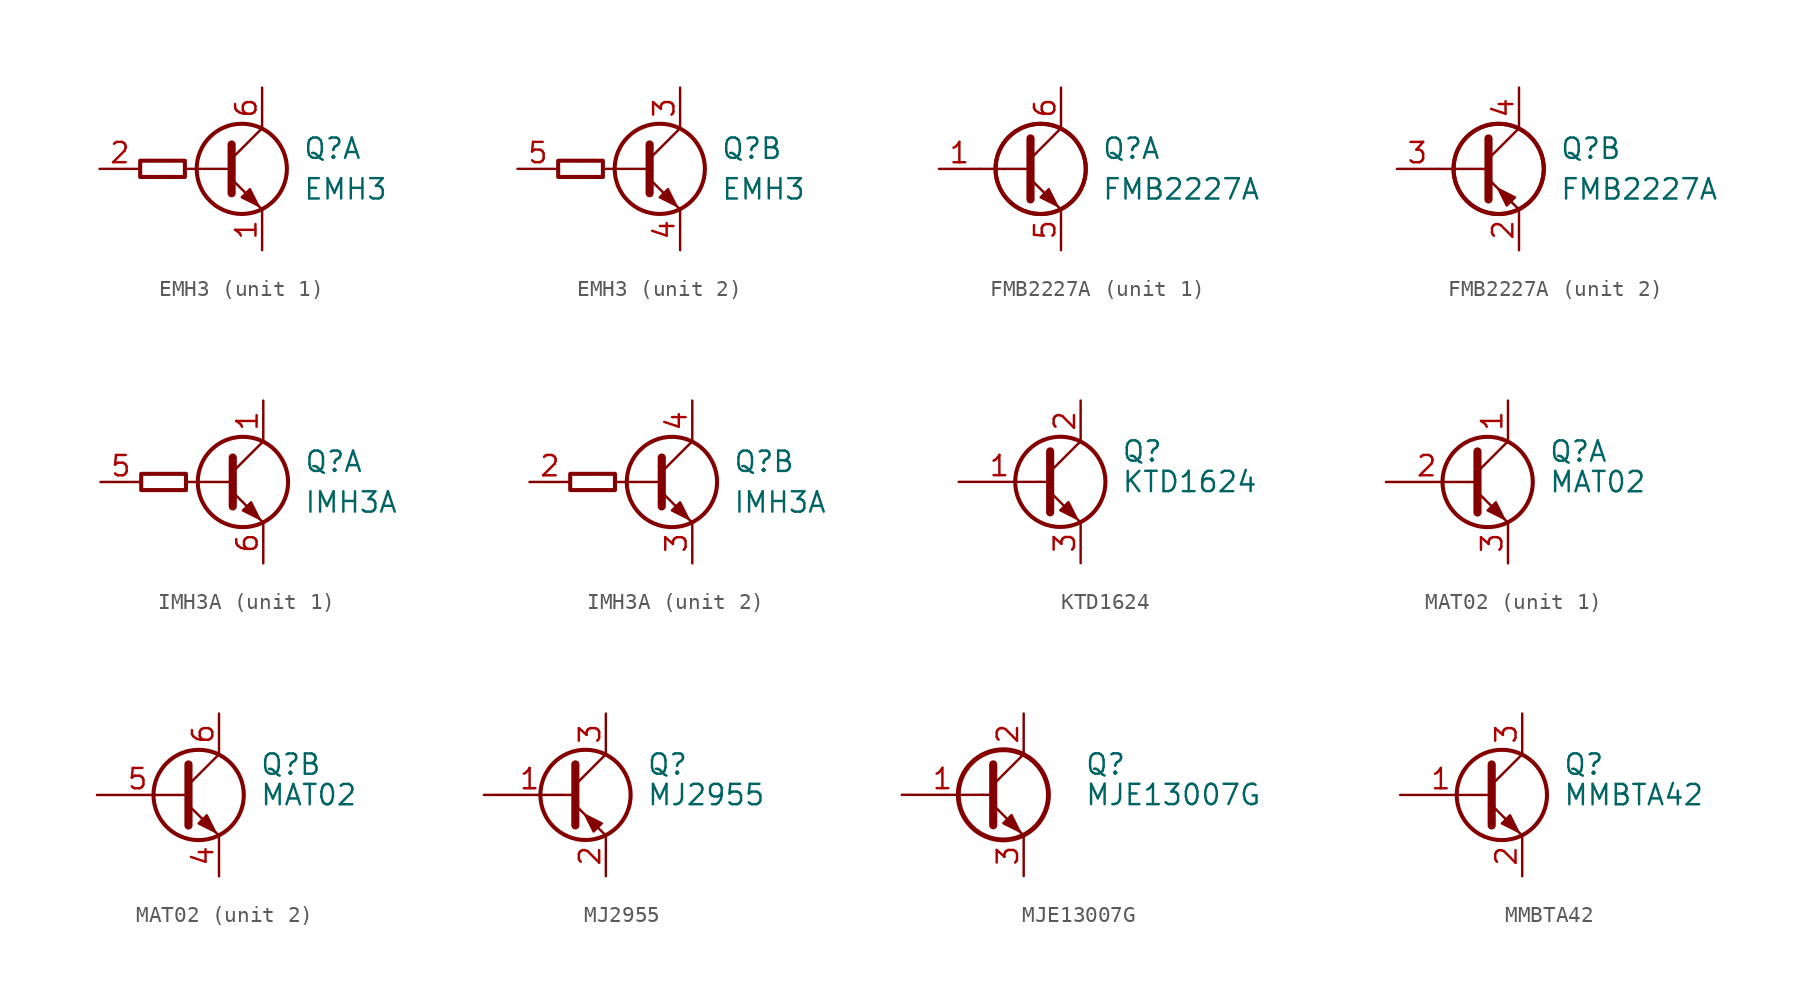
<source format=kicad_sym>
(kicad_symbol_lib
  (version 20241209)
  (generator "kicad_symbol_editor")
  (generator_version "9.0")
  (symbol "EMH3"
    (pin_names
      (hide yes))
    (property "Reference" "Q"
      (at 7.62 1.27 0)
      (effects (font (size 1.27 1.27)) (justify left)))
    (property "Value" "EMH3"
      (at 7.62 -1.27 0)
      (effects (font (size 1.27 1.27)) (justify left)))
    (symbol "EMH3_0_1"
      (rectangle (start 0.254 0.508) (end -2.54 -0.508) (stroke (width 0.254) (type default)) (fill (type none)))
      (polyline (pts (xy 3.175 1.524) (xy 3.175 -1.524)) (stroke (width 0.508) (type default)) (fill (type none)))
      (polyline (pts (xy 3.175 0.635) (xy 5.08 2.54)) (stroke (width 0) (type default)) (fill (type none)))
      (polyline (pts (xy 3.175 0) (xy 0.254 0)) (stroke (width 0) (type default)) (fill (type none)))
      (polyline (pts (xy 3.175 -0.635) (xy 5.08 -2.54) (xy 5.08 -2.54)) (stroke (width 0) (type default)) (fill (type none)))
      (circle (center 3.81 0) (radius 2.819) (stroke (width 0.254) (type default)) (fill (type none)))
      (polyline (pts (xy 3.81 -1.778) (xy 4.318 -1.27) (xy 4.826 -2.286) (xy 3.81 -1.778) (xy 3.81 -1.778)) (stroke (width 0) (type default)) (fill (type outline))))
    (symbol "EMH3_1_1"
      (pin input line (at -5.08 0 0) (length 2.54) (name "B1" (effects (font (size 1.27 1.27)))) (number "2" (effects (font (size 1.27 1.27)))))
      (pin passive line (at 5.08 5.08 270) (length 2.54) (name "C1" (effects (font (size 1.27 1.27)))) (number "6" (effects (font (size 1.27 1.27)))))
      (pin passive line (at 5.08 -5.08 90) (length 2.54) (name "E1" (effects (font (size 1.27 1.27)))) (number "1" (effects (font (size 1.27 1.27))))))
    (symbol "EMH3_2_1"
      (pin input line (at -5.08 0 0) (length 2.54) (name "B2" (effects (font (size 1.27 1.27)))) (number "5" (effects (font (size 1.27 1.27)))))
      (pin passive line (at 5.08 5.08 270) (length 2.54) (name "C2" (effects (font (size 1.27 1.27)))) (number "3" (effects (font (size 1.27 1.27)))))
      (pin passive line (at 5.08 -5.08 90) (length 2.54) (name "E2" (effects (font (size 1.27 1.27)))) (number "4" (effects (font (size 1.27 1.27)))))))
  (symbol "FMB2227A"
    (pin_names
      (offset 0)
      (hide yes))
    (property "Reference" "Q"
      (at 5.08 1.27 0)
      (effects (font (size 1.27 1.27)) (justify left)))
    (property "Value" "FMB2227A"
      (at 5.08 -1.27 0)
      (effects (font (size 1.27 1.27)) (justify left)))
    (property "ki_locked" ""
      (at 0 0 0)
      (effects (font (size 1.27 1.27))))
    (symbol "FMB2227A_0_1"
      (polyline (pts (xy 0.635 0) (xy -2.54 0)) (stroke (width 0) (type default)) (fill (type none)))
      (circle (center 1.27 0) (radius 2.819) (stroke (width 0.254) (type default)) (fill (type none)))
      (circle (center 1.27 0) (radius 2.819) (stroke (width 0.254) (type default)) (fill (type none))))
    (symbol "FMB2227A_1_1"
      (polyline (pts (xy 0.635 1.905) (xy 0.635 -1.905) (xy 0.635 -1.905)) (stroke (width 0.508) (type default)) (fill (type none)))
      (polyline (pts (xy 0.635 0.635) (xy 2.54 2.54)) (stroke (width 0) (type default)) (fill (type none)))
      (polyline (pts (xy 0.635 -0.635) (xy 2.54 -2.54) (xy 2.54 -2.54)) (stroke (width 0) (type default)) (fill (type none)))
      (polyline (pts (xy 1.27 -1.778) (xy 1.778 -1.27) (xy 2.286 -2.286) (xy 1.27 -1.778) (xy 1.27 -1.778)) (stroke (width 0) (type default)) (fill (type outline)))
      (pin input line (at -5.08 0 0) (length 2.54) (name "B1" (effects (font (size 1.27 1.27)))) (number "1" (effects (font (size 1.27 1.27)))))
      (pin passive line (at 2.54 5.08 270) (length 2.54) (name "C1" (effects (font (size 1.27 1.27)))) (number "6" (effects (font (size 1.27 1.27)))))
      (pin passive line (at 2.54 -5.08 90) (length 2.54) (name "E1" (effects (font (size 1.27 1.27)))) (number "5" (effects (font (size 1.27 1.27))))))
    (symbol "FMB2227A_2_1"
      (polyline (pts (xy 0.635 1.905) (xy 0.635 -1.905) (xy 0.635 -1.905)) (stroke (width 0.508) (type default)) (fill (type none)))
      (polyline (pts (xy 0.635 0.635) (xy 2.54 2.54)) (stroke (width 0) (type default)) (fill (type none)))
      (polyline (pts (xy 0.635 -0.635) (xy 2.54 -2.54) (xy 2.54 -2.54)) (stroke (width 0) (type default)) (fill (type none)))
      (polyline (pts (xy 2.286 -1.778) (xy 1.778 -2.286) (xy 1.27 -1.27) (xy 2.286 -1.778) (xy 2.286 -1.778)) (stroke (width 0) (type default)) (fill (type outline)))
      (pin input line (at -5.08 0 0) (length 2.54) (name "B2" (effects (font (size 1.27 1.27)))) (number "3" (effects (font (size 1.27 1.27)))))
      (pin passive line (at 2.54 5.08 270) (length 2.54) (name "C2" (effects (font (size 1.27 1.27)))) (number "4" (effects (font (size 1.27 1.27)))))
      (pin passive line (at 2.54 -5.08 90) (length 2.54) (name "E2" (effects (font (size 1.27 1.27)))) (number "2" (effects (font (size 1.27 1.27)))))))
  (symbol "IMH3A"
    (pin_names
      (hide yes))
    (property "Reference" "Q"
      (at 7.62 1.27 0)
      (effects (font (size 1.27 1.27)) (justify left)))
    (property "Value" "IMH3A"
      (at 7.62 -1.27 0)
      (effects (font (size 1.27 1.27)) (justify left)))
    (symbol "IMH3A_0_1"
      (rectangle (start 0.254 0.508) (end -2.54 -0.508) (stroke (width 0.254) (type default)) (fill (type none)))
      (polyline (pts (xy 3.175 1.524) (xy 3.175 -1.524)) (stroke (width 0.508) (type default)) (fill (type none)))
      (polyline (pts (xy 3.175 0.635) (xy 5.08 2.54)) (stroke (width 0) (type default)) (fill (type none)))
      (polyline (pts (xy 3.175 0) (xy 0.254 0)) (stroke (width 0) (type default)) (fill (type none)))
      (polyline (pts (xy 3.175 -0.635) (xy 5.08 -2.54) (xy 5.08 -2.54)) (stroke (width 0) (type default)) (fill (type none)))
      (circle (center 3.81 0) (radius 2.819) (stroke (width 0.254) (type default)) (fill (type none)))
      (polyline (pts (xy 3.81 -1.778) (xy 4.318 -1.27) (xy 4.826 -2.286) (xy 3.81 -1.778) (xy 3.81 -1.778)) (stroke (width 0) (type default)) (fill (type outline))))
    (symbol "IMH3A_1_1"
      (pin input line (at -5.08 0 0) (length 2.54) (name "B1" (effects (font (size 1.27 1.27)))) (number "5" (effects (font (size 1.27 1.27)))))
      (pin passive line (at 5.08 5.08 270) (length 2.54) (name "C1" (effects (font (size 1.27 1.27)))) (number "1" (effects (font (size 1.27 1.27)))))
      (pin passive line (at 5.08 -5.08 90) (length 2.54) (name "E1" (effects (font (size 1.27 1.27)))) (number "6" (effects (font (size 1.27 1.27))))))
    (symbol "IMH3A_2_1"
      (pin input line (at -5.08 0 0) (length 2.54) (name "B2" (effects (font (size 1.27 1.27)))) (number "2" (effects (font (size 1.27 1.27)))))
      (pin passive line (at 5.08 5.08 270) (length 2.54) (name "C2" (effects (font (size 1.27 1.27)))) (number "4" (effects (font (size 1.27 1.27)))))
      (pin passive line (at 5.08 -5.08 90) (length 2.54) (name "E2" (effects (font (size 1.27 1.27)))) (number "3" (effects (font (size 1.27 1.27)))))))
  (symbol "KTD1624"
    (pin_names
      (offset 0)
      (hide yes))
    (property "Reference" "Q"
      (at 5.08 1.905 0)
      (effects (font (size 1.27 1.27)) (justify left)))
    (property "Value" "KTD1624"
      (at 5.08 0 0)
      (effects (font (size 1.27 1.27)) (justify left)))
    (symbol "KTD1624_0_1"
      (polyline (pts (xy 0 0) (xy 0.635 0)) (stroke (width 0) (type default)) (fill (type none)))
      (polyline (pts (xy 0.635 1.905) (xy 0.635 -1.905) (xy 0.635 -1.905)) (stroke (width 0.508) (type default)) (fill (type none)))
      (polyline (pts (xy 0.635 0.635) (xy 2.54 2.54)) (stroke (width 0) (type default)) (fill (type none)))
      (polyline (pts (xy 0.635 -0.635) (xy 2.54 -2.54) (xy 2.54 -2.54)) (stroke (width 0) (type default)) (fill (type none)))
      (circle (center 1.27 0) (radius 2.819) (stroke (width 0.254) (type default)) (fill (type none)))
      (polyline (pts (xy 1.27 -1.778) (xy 1.778 -1.27) (xy 2.286 -2.286) (xy 1.27 -1.778) (xy 1.27 -1.778)) (stroke (width 0) (type default)) (fill (type outline))))
    (symbol "KTD1624_1_1"
      (pin input line (at -5.08 0 0) (length 5.08) (name "B" (effects (font (size 1.27 1.27)))) (number "1" (effects (font (size 1.27 1.27)))))
      (pin passive line (at 2.54 5.08 270) (length 2.54) (name "C" (effects (font (size 1.27 1.27)))) (number "2" (effects (font (size 1.27 1.27)))))
      (pin passive line (at 2.54 -5.08 90) (length 2.54) (name "E" (effects (font (size 1.27 1.27)))) (number "3" (effects (font (size 1.27 1.27)))))))
  (symbol "MAT02"
    (pin_names
      (offset 0)
      (hide yes))
    (property "Reference" "Q"
      (at 5.08 1.905 0)
      (effects (font (size 1.27 1.27)) (justify left)))
    (property "Value" "MAT02"
      (at 5.08 0 0)
      (effects (font (size 1.27 1.27)) (justify left)))
    (symbol "MAT02_0_1"
      (polyline (pts (xy 0 0) (xy 0.635 0)) (stroke (width 0) (type default)) (fill (type none)))
      (polyline (pts (xy 0.635 1.905) (xy 0.635 -1.905) (xy 0.635 -1.905)) (stroke (width 0.508) (type default)) (fill (type none)))
      (polyline (pts (xy 0.635 0.635) (xy 2.54 2.54)) (stroke (width 0) (type default)) (fill (type none)))
      (polyline (pts (xy 0.635 -0.635) (xy 2.54 -2.54) (xy 2.54 -2.54)) (stroke (width 0) (type default)) (fill (type none)))
      (circle (center 1.27 0) (radius 2.819) (stroke (width 0.254) (type default)) (fill (type none)))
      (polyline (pts (xy 1.27 -1.778) (xy 1.778 -1.27) (xy 2.286 -2.286) (xy 1.27 -1.778) (xy 1.27 -1.778)) (stroke (width 0) (type default)) (fill (type outline))))
    (symbol "MAT02_1_1"
      (pin input line (at -5.08 0 0) (length 5.08) (name "B" (effects (font (size 1.27 1.27)))) (number "2" (effects (font (size 1.27 1.27)))))
      (pin passive line (at 2.54 5.08 270) (length 2.54) (name "C" (effects (font (size 1.27 1.27)))) (number "1" (effects (font (size 1.27 1.27)))))
      (pin passive line (at 2.54 -5.08 90) (length 2.54) (name "E" (effects (font (size 1.27 1.27)))) (number "3" (effects (font (size 1.27 1.27))))))
    (symbol "MAT02_2_1"
      (pin input line (at -5.08 0 0) (length 5.08) (name "B" (effects (font (size 1.27 1.27)))) (number "5" (effects (font (size 1.27 1.27)))))
      (pin passive line (at 2.54 5.08 270) (length 2.54) (name "C" (effects (font (size 1.27 1.27)))) (number "6" (effects (font (size 1.27 1.27)))))
      (pin passive line (at 2.54 -5.08 90) (length 2.54) (name "E" (effects (font (size 1.27 1.27)))) (number "4" (effects (font (size 1.27 1.27)))))))
  (symbol "MJ2955"
    (pin_names
      (offset 0)
      (hide yes))
    (property "Reference" "Q"
      (at 5.08 1.905 0)
      (effects (font (size 1.27 1.27)) (justify left)))
    (property "Value" "MJ2955"
      (at 5.08 0 0)
      (effects (font (size 1.27 1.27)) (justify left)))
    (symbol "MJ2955_0_1"
      (polyline (pts (xy 0.635 1.905) (xy 0.635 -1.905) (xy 0.635 -1.905)) (stroke (width 0.508) (type default)) (fill (type none)))
      (polyline (pts (xy 0.635 0.635) (xy 2.54 2.54)) (stroke (width 0) (type default)) (fill (type none)))
      (polyline (pts (xy 0.635 -0.635) (xy 2.54 -2.54) (xy 2.54 -2.54)) (stroke (width 0) (type default)) (fill (type none)))
      (circle (center 1.27 0) (radius 2.819) (stroke (width 0.254) (type default)) (fill (type none)))
      (polyline (pts (xy 2.286 -1.778) (xy 1.778 -2.286) (xy 1.27 -1.27) (xy 2.286 -1.778) (xy 2.286 -1.778)) (stroke (width 0) (type default)) (fill (type outline))))
    (symbol "MJ2955_1_1"
      (pin input line (at -5.08 0 0) (length 5.715) (name "B" (effects (font (size 1.27 1.27)))) (number "1" (effects (font (size 1.27 1.27)))))
      (pin passive line (at 2.54 5.08 270) (length 2.54) (name "C" (effects (font (size 1.27 1.27)))) (number "3" (effects (font (size 1.27 1.27)))))
      (pin passive line (at 2.54 -5.08 90) (length 2.54) (name "E" (effects (font (size 1.27 1.27)))) (number "2" (effects (font (size 1.27 1.27)))))))
  (symbol "MJE13007G"
    (pin_names
      (offset 0)
      (hide yes))
    (property "Reference" "Q"
      (at 6.35 1.905 0)
      (effects (font (size 1.27 1.27)) (justify left)))
    (property "Value" "MJE13007G"
      (at 6.35 0 0)
      (effects (font (size 1.27 1.27)) (justify left)))
    (symbol "MJE13007G_0_1"
      (polyline (pts (xy 0 0) (xy 0.635 0)) (stroke (width 0) (type default)) (fill (type none)))
      (polyline (pts (xy 0.635 1.905) (xy 0.635 -1.905) (xy 0.635 -1.905)) (stroke (width 0.508) (type default)) (fill (type none)))
      (circle (center 1.27 0) (radius 2.819) (stroke (width 0.305) (type default)) (fill (type none)))
      (polyline (pts (xy 1.27 -1.778) (xy 1.778 -1.27) (xy 2.286 -2.286) (xy 1.27 -1.778) (xy 1.27 -1.778)) (stroke (width 0) (type default)) (fill (type outline)))
      (polyline (pts (xy 2.286 -2.286) (xy 1.778 -1.778) (xy 1.778 -1.778)) (stroke (width 0) (type default)) (fill (type none)))
      (polyline (pts (xy 2.54 2.54) (xy 0.635 0.635)) (stroke (width 0) (type default)) (fill (type none)))
      (polyline (pts (xy 2.54 -2.54) (xy 0.635 -0.635) (xy 1.27 -1.27)) (stroke (width 0) (type default)) (fill (type outline))))
    (symbol "MJE13007G_1_1"
      (pin input line (at -5.08 0 0) (length 5.08) (name "B" (effects (font (size 1.27 1.27)))) (number "1" (effects (font (size 1.27 1.27)))))
      (pin passive line (at 2.54 5.08 270) (length 2.54) (name "C" (effects (font (size 1.27 1.27)))) (number "2" (effects (font (size 1.27 1.27)))))
      (pin passive line (at 2.54 -5.08 90) (length 2.54) (name "E" (effects (font (size 1.27 1.27)))) (number "3" (effects (font (size 1.27 1.27)))))))
  (symbol "MMBTA42"
    (pin_names
      (offset 0)
      (hide yes))
    (property "Reference" "Q"
      (at 5.08 1.905 0)
      (effects (font (size 1.27 1.27)) (justify left)))
    (property "Value" "MMBTA42"
      (at 5.08 0 0)
      (effects (font (size 1.27 1.27)) (justify left)))
    (symbol "MMBTA42_0_1"
      (polyline (pts (xy 0 0) (xy 0.635 0)) (stroke (width 0) (type default)) (fill (type none)))
      (polyline (pts (xy 0.635 1.905) (xy 0.635 -1.905) (xy 0.635 -1.905)) (stroke (width 0.508) (type default)) (fill (type none)))
      (polyline (pts (xy 0.635 0.635) (xy 2.54 2.54)) (stroke (width 0) (type default)) (fill (type none)))
      (polyline (pts (xy 0.635 -0.635) (xy 2.54 -2.54) (xy 2.54 -2.54)) (stroke (width 0) (type default)) (fill (type none)))
      (circle (center 1.27 0) (radius 2.819) (stroke (width 0.254) (type default)) (fill (type none)))
      (polyline (pts (xy 1.27 -1.778) (xy 1.778 -1.27) (xy 2.286 -2.286) (xy 1.27 -1.778) (xy 1.27 -1.778)) (stroke (width 0) (type default)) (fill (type outline))))
    (symbol "MMBTA42_1_1"
      (pin input line (at -5.08 0 0) (length 5.08) (name "B" (effects (font (size 1.27 1.27)))) (number "1" (effects (font (size 1.27 1.27)))))
      (pin passive line (at 2.54 5.08 270) (length 2.54) (name "C" (effects (font (size 1.27 1.27)))) (number "3" (effects (font (size 1.27 1.27)))))
      (pin passive line (at 2.54 -5.08 90) (length 2.54) (name "E" (effects (font (size 1.27 1.27)))) (number "2" (effects (font (size 1.27 1.27))))))))
</source>
